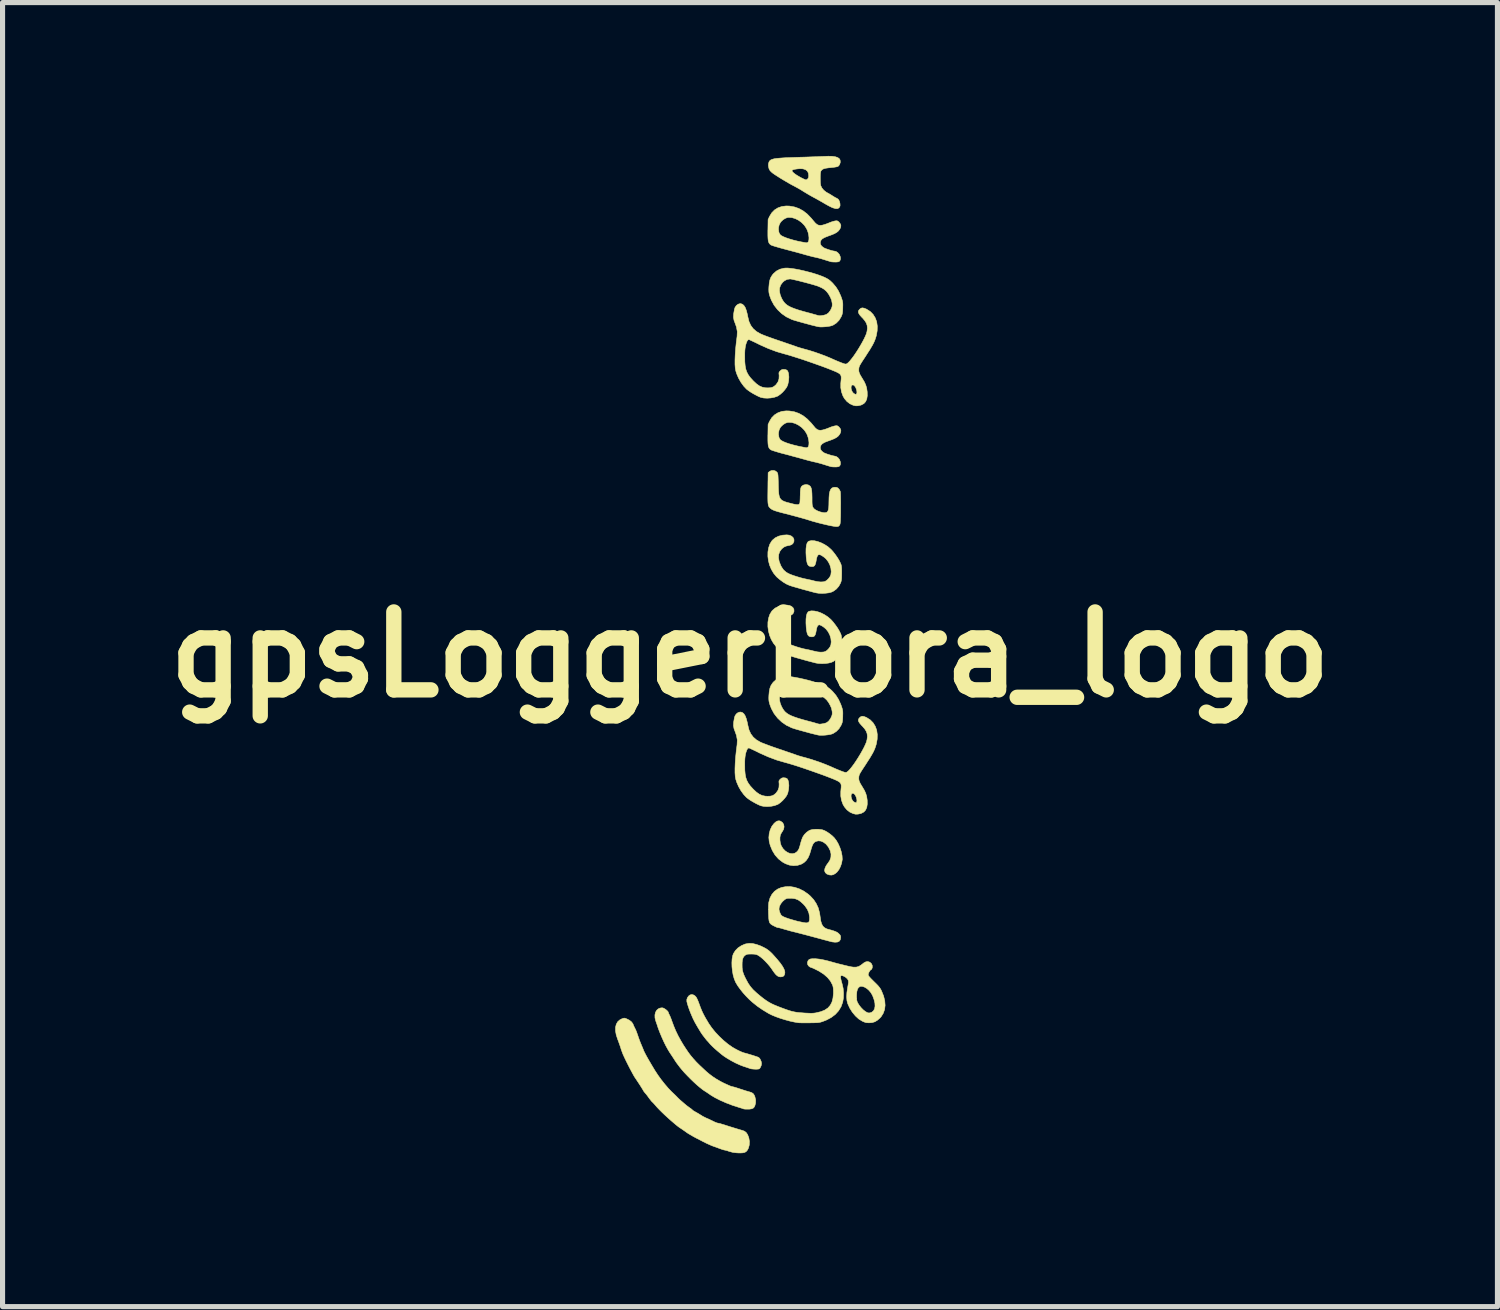
<source format=kicad_pcb>
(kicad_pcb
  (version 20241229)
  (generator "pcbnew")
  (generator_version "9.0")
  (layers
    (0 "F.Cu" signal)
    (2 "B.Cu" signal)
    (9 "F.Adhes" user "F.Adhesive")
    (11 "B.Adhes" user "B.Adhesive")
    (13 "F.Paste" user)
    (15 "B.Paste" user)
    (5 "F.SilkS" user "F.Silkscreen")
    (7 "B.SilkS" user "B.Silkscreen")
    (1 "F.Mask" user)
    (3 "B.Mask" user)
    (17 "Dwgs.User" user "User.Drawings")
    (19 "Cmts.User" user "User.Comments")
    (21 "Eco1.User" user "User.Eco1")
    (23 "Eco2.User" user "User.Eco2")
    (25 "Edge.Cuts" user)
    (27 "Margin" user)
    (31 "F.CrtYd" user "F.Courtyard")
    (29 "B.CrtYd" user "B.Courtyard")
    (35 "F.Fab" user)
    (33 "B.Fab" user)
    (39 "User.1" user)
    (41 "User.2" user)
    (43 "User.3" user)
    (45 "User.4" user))
  (footprint "gpsLoggerLora_logo"
    (layer "F.Cu")
    (at 11.619 9.753)
    (property "Reference" "gpsLoggerLora_logo" (at 0 0 0) (layer "F.SilkS") (effects (font (size 1.524 1.524) (thickness 0.3))))
    (attr through_hole)
    (fp_poly (pts (xy -1.113 6.653) (xy -1.088 6.665) (xy -1.068 6.682) (xy -1.05 6.704) (xy -1.033 6.737) (xy -1.014 6.781) (xy -0.992 6.839) (xy -0.97 6.9) (xy -0.948 6.954) (xy -0.926 7.003) (xy -0.9 7.054) (xy -0.87 7.109) (xy -0.832 7.173) (xy -0.807 7.215) (xy -0.75 7.298) (xy -0.681 7.383) (xy -0.602 7.467) (xy -0.517 7.547) (xy -0.43 7.619) (xy -0.346 7.678) (xy -0.339 7.682) (xy -0.289 7.711) (xy -0.236 7.739) (xy -0.185 7.763) (xy -0.142 7.781) (xy -0.113 7.79) (xy -0.081 7.798) (xy -0.04 7.81) (xy 0.006 7.824) (xy 0.054 7.838) (xy 0.099 7.853) (xy 0.136 7.865) (xy 0.162 7.875) (xy 0.169 7.879) (xy 0.189 7.897) (xy 0.206 7.928) (xy 0.22 7.963) (xy 0.225 7.998) (xy 0.225 7.998) (xy 0.219 8.036) (xy 0.202 8.074) (xy 0.19 8.093) (xy 0.178 8.102) (xy 0.16 8.106) (xy 0.13 8.108) (xy 0.104 8.108) (xy 0.064 8.106) (xy 0.027 8.102) (xy 0.001 8.096) (xy 0 8.095) (xy -0.023 8.087) (xy -0.058 8.075) (xy -0.1 8.061) (xy -0.126 8.053) (xy -0.201 8.024) (xy -0.284 7.986) (xy -0.369 7.941) (xy -0.45 7.893) (xy -0.505 7.857) (xy -0.546 7.827) (xy -0.592 7.789) (xy -0.642 7.747) (xy -0.69 7.705) (xy -0.734 7.664) (xy -0.77 7.628) (xy -0.793 7.602) (xy -0.812 7.579) (xy -0.827 7.562) (xy -0.831 7.559) (xy -0.843 7.546) (xy -0.861 7.524) (xy -0.871 7.512) (xy -0.89 7.487) (xy -0.906 7.466) (xy -0.911 7.46) (xy -0.93 7.435) (xy -0.956 7.397) (xy -0.985 7.35) (xy -1.017 7.297) (xy -1.049 7.242) (xy -1.079 7.189) (xy -1.103 7.141) (xy -1.111 7.126) (xy -1.137 7.067) (xy -1.164 7.003) (xy -1.189 6.938) (xy -1.21 6.877) (xy -1.226 6.824) (xy -1.236 6.784) (xy -1.236 6.744) (xy -1.223 6.708) (xy -1.201 6.677) (xy -1.173 6.656) (xy -1.14 6.648) (xy -1.113 6.653)) (stroke (width 0.01) (type solid)) (fill yes) (layer "F.SilkS"))
    (fp_poly (pts (xy 0.582 3.252) (xy 0.602 3.26) (xy 0.638 3.287) (xy 0.659 3.325) (xy 0.666 3.368) (xy 0.658 3.413) (xy 0.634 3.457) (xy 0.633 3.458) (xy 0.613 3.489) (xy 0.596 3.522) (xy 0.593 3.531) (xy 0.585 3.576) (xy 0.585 3.629) (xy 0.593 3.684) (xy 0.608 3.732) (xy 0.612 3.74) (xy 0.644 3.793) (xy 0.685 3.836) (xy 0.731 3.868) (xy 0.779 3.888) (xy 0.827 3.894) (xy 0.872 3.885) (xy 0.894 3.873) (xy 0.92 3.853) (xy 0.94 3.829) (xy 0.957 3.798) (xy 0.971 3.757) (xy 0.984 3.711) (xy 0.996 3.665) (xy 1.011 3.619) (xy 1.025 3.582) (xy 1.031 3.568) (xy 1.063 3.519) (xy 1.107 3.475) (xy 1.156 3.441) (xy 1.183 3.43) (xy 1.225 3.42) (xy 1.279 3.416) (xy 1.337 3.416) (xy 1.392 3.422) (xy 1.411 3.425) (xy 1.454 3.44) (xy 1.504 3.467) (xy 1.556 3.502) (xy 1.606 3.542) (xy 1.647 3.582) (xy 1.69 3.638) (xy 1.728 3.705) (xy 1.76 3.78) (xy 1.785 3.857) (xy 1.8 3.932) (xy 1.804 3.999) (xy 1.803 4.013) (xy 1.791 4.08) (xy 1.769 4.145) (xy 1.739 4.204) (xy 1.702 4.252) (xy 1.667 4.282) (xy 1.628 4.304) (xy 1.591 4.312) (xy 1.549 4.308) (xy 1.546 4.307) (xy 1.503 4.291) (xy 1.473 4.265) (xy 1.459 4.231) (xy 1.458 4.219) (xy 1.466 4.178) (xy 1.487 4.132) (xy 1.518 4.086) (xy 1.523 4.081) (xy 1.561 4.024) (xy 1.582 3.962) (xy 1.584 3.898) (xy 1.568 3.833) (xy 1.535 3.767) (xy 1.529 3.758) (xy 1.486 3.706) (xy 1.437 3.669) (xy 1.387 3.647) (xy 1.336 3.642) (xy 1.286 3.654) (xy 1.283 3.656) (xy 1.256 3.674) (xy 1.234 3.702) (xy 1.215 3.742) (xy 1.197 3.797) (xy 1.19 3.823) (xy 1.165 3.906) (xy 1.135 3.974) (xy 1.098 4.027) (xy 1.053 4.069) (xy 0.999 4.1) (xy 0.927 4.122) (xy 0.85 4.128) (xy 0.771 4.117) (xy 0.693 4.089) (xy 0.634 4.056) (xy 0.556 3.995) (xy 0.489 3.919) (xy 0.436 3.831) (xy 0.395 3.731) (xy 0.375 3.653) (xy 0.368 3.578) (xy 0.375 3.501) (xy 0.395 3.426) (xy 0.427 3.358) (xy 0.47 3.302) (xy 0.473 3.299) (xy 0.512 3.266) (xy 0.548 3.251) (xy 0.582 3.252)) (stroke (width 0.01) (type solid)) (fill yes) (layer "F.SilkS"))
    (fp_poly (pts (xy -1.707 6.909) (xy -1.691 6.915) (xy -1.667 6.928) (xy -1.64 6.947) (xy -1.617 6.968) (xy -1.602 6.986) (xy -1.599 6.994) (xy -1.595 7.008) (xy -1.585 7.031) (xy -1.579 7.042) (xy -1.566 7.069) (xy -1.551 7.106) (xy -1.535 7.147) (xy -1.533 7.154) (xy -1.493 7.262) (xy -1.453 7.358) (xy -1.409 7.449) (xy -1.36 7.539) (xy -1.303 7.635) (xy -1.255 7.709) (xy -1.209 7.777) (xy -1.161 7.841) (xy -1.11 7.902) (xy -1.053 7.965) (xy -0.987 8.031) (xy -0.909 8.104) (xy -0.861 8.149) (xy -0.797 8.203) (xy -0.728 8.255) (xy -0.661 8.299) (xy -0.643 8.309) (xy -0.613 8.327) (xy -0.585 8.343) (xy -0.574 8.349) (xy -0.548 8.363) (xy -0.514 8.38) (xy -0.475 8.398) (xy -0.435 8.416) (xy -0.399 8.432) (xy -0.371 8.443) (xy -0.355 8.448) (xy -0.354 8.448) (xy -0.339 8.451) (xy -0.311 8.458) (xy -0.274 8.469) (xy -0.252 8.476) (xy -0.182 8.499) (xy -0.126 8.517) (xy -0.083 8.531) (xy -0.049 8.541) (xy -0.021 8.549) (xy -0.01 8.552) (xy 0.032 8.566) (xy 0.062 8.586) (xy 0.082 8.615) (xy 0.094 8.642) (xy 0.11 8.707) (xy 0.109 8.769) (xy 0.097 8.816) (xy 0.082 8.849) (xy 0.062 8.87) (xy 0.032 8.883) (xy -0.009 8.889) (xy -0.045 8.89) (xy -0.08 8.89) (xy -0.107 8.888) (xy -0.122 8.886) (xy -0.123 8.886) (xy -0.133 8.882) (xy -0.158 8.873) (xy -0.192 8.863) (xy -0.221 8.854) (xy -0.348 8.813) (xy -0.468 8.767) (xy -0.58 8.718) (xy -0.681 8.667) (xy -0.766 8.616) (xy -0.79 8.599) (xy -0.825 8.575) (xy -0.861 8.551) (xy -0.889 8.533) (xy -0.89 8.533) (xy -0.932 8.504) (xy -0.983 8.463) (xy -1.041 8.414) (xy -1.103 8.357) (xy -1.166 8.296) (xy -1.228 8.233) (xy -1.286 8.172) (xy -1.337 8.113) (xy -1.373 8.069) (xy -1.403 8.029) (xy -1.426 7.999) (xy -1.446 7.971) (xy -1.466 7.941) (xy -1.491 7.902) (xy -1.517 7.862) (xy -1.545 7.82) (xy -1.568 7.785) (xy -1.572 7.78) (xy -1.606 7.723) (xy -1.645 7.653) (xy -1.684 7.574) (xy -1.722 7.49) (xy -1.758 7.405) (xy -1.789 7.325) (xy -1.801 7.291) (xy -1.815 7.247) (xy -1.831 7.201) (xy -1.844 7.164) (xy -1.859 7.104) (xy -1.86 7.047) (xy -1.849 6.997) (xy -1.826 6.956) (xy -1.791 6.926) (xy -1.763 6.914) (xy -1.732 6.908) (xy -1.707 6.909)) (stroke (width 0.01) (type solid)) (fill yes) (layer "F.SilkS"))
    (fp_poly (pts (xy 0.874 4.551) (xy 0.966 4.582) (xy 1.056 4.628) (xy 1.142 4.689) (xy 1.177 4.72) (xy 1.244 4.792) (xy 1.295 4.869) (xy 1.334 4.953) (xy 1.36 5.049) (xy 1.373 5.136) (xy 1.384 5.21) (xy 1.401 5.267) (xy 1.425 5.311) (xy 1.458 5.342) (xy 1.501 5.364) (xy 1.528 5.372) (xy 1.591 5.389) (xy 1.639 5.404) (xy 1.676 5.418) (xy 1.704 5.432) (xy 1.727 5.449) (xy 1.734 5.456) (xy 1.757 5.479) (xy 1.768 5.497) (xy 1.772 5.519) (xy 1.772 5.537) (xy 1.765 5.577) (xy 1.745 5.605) (xy 1.712 5.621) (xy 1.664 5.625) (xy 1.609 5.619) (xy 1.591 5.615) (xy 1.56 5.607) (xy 1.518 5.596) (xy 1.47 5.583) (xy 1.453 5.579) (xy 1.37 5.556) (xy 1.277 5.531) (xy 1.18 5.505) (xy 1.082 5.479) (xy 0.989 5.455) (xy 0.905 5.433) (xy 0.847 5.419) (xy 0.791 5.405) (xy 0.732 5.388) (xy 0.677 5.373) (xy 0.641 5.362) (xy 0.603 5.351) (xy 0.571 5.343) (xy 0.551 5.339) (xy 0.546 5.339) (xy 0.535 5.337) (xy 0.512 5.328) (xy 0.481 5.313) (xy 0.47 5.308) (xy 0.436 5.29) (xy 0.41 5.273) (xy 0.392 5.255) (xy 0.379 5.232) (xy 0.371 5.2) (xy 0.366 5.158) (xy 0.363 5.102) (xy 0.361 5.06) (xy 0.36 4.984) (xy 0.567 4.984) (xy 0.574 5.017) (xy 0.585 5.048) (xy 0.599 5.08) (xy 0.613 5.1) (xy 0.633 5.115) (xy 0.659 5.129) (xy 0.698 5.145) (xy 0.748 5.163) (xy 0.807 5.181) (xy 0.87 5.199) (xy 0.933 5.216) (xy 0.993 5.229) (xy 1.046 5.24) (xy 1.088 5.246) (xy 1.11 5.246) (xy 1.137 5.24) (xy 1.154 5.223) (xy 1.155 5.221) (xy 1.163 5.192) (xy 1.164 5.147) (xy 1.164 5.131) (xy 1.151 5.054) (xy 1.122 4.983) (xy 1.075 4.915) (xy 1.04 4.877) (xy 0.986 4.828) (xy 0.934 4.794) (xy 0.88 4.774) (xy 0.819 4.766) (xy 0.793 4.765) (xy 0.754 4.765) (xy 0.727 4.768) (xy 0.706 4.775) (xy 0.685 4.787) (xy 0.676 4.793) (xy 0.636 4.829) (xy 0.601 4.873) (xy 0.577 4.92) (xy 0.569 4.952) (xy 0.567 4.984) (xy 0.36 4.984) (xy 0.36 4.977) (xy 0.361 4.91) (xy 0.365 4.859) (xy 0.367 4.845) (xy 0.39 4.761) (xy 0.428 4.689) (xy 0.478 4.63) (xy 0.541 4.585) (xy 0.615 4.554) (xy 0.699 4.538) (xy 0.782 4.536) (xy 0.874 4.551)) (stroke (width 0.01) (type solid)) (fill yes) (layer "F.SilkS"))
    (fp_poly (pts (xy 0.743 -7.56) (xy 0.808 -7.553) (xy 0.884 -7.542) (xy 0.967 -7.526) (xy 1.056 -7.506) (xy 1.146 -7.483) (xy 1.234 -7.459) (xy 1.317 -7.433) (xy 1.392 -7.406) (xy 1.455 -7.38) (xy 1.458 -7.379) (xy 1.503 -7.356) (xy 1.538 -7.335) (xy 1.57 -7.31) (xy 1.605 -7.277) (xy 1.618 -7.264) (xy 1.68 -7.191) (xy 1.731 -7.11) (xy 1.774 -7.017) (xy 1.792 -6.966) (xy 1.803 -6.932) (xy 1.81 -6.903) (xy 1.814 -6.874) (xy 1.815 -6.84) (xy 1.814 -6.794) (xy 1.814 -6.778) (xy 1.812 -6.728) (xy 1.809 -6.692) (xy 1.804 -6.664) (xy 1.796 -6.639) (xy 1.785 -6.613) (xy 1.78 -6.603) (xy 1.74 -6.538) (xy 1.688 -6.485) (xy 1.628 -6.446) (xy 1.605 -6.436) (xy 1.57 -6.426) (xy 1.522 -6.418) (xy 1.469 -6.412) (xy 1.416 -6.409) (xy 1.369 -6.409) (xy 1.336 -6.413) (xy 1.296 -6.422) (xy 1.244 -6.435) (xy 1.183 -6.45) (xy 1.118 -6.468) (xy 1.051 -6.486) (xy 0.986 -6.504) (xy 0.926 -6.521) (xy 0.874 -6.536) (xy 0.835 -6.548) (xy 0.814 -6.556) (xy 0.712 -6.605) (xy 0.62 -6.669) (xy 0.539 -6.746) (xy 0.47 -6.835) (xy 0.417 -6.933) (xy 0.389 -7.007) (xy 0.378 -7.044) (xy 0.371 -7.075) (xy 0.368 -7.105) (xy 0.368 -7.109) (xy 0.575 -7.109) (xy 0.59 -7.039) (xy 0.614 -6.977) (xy 0.636 -6.935) (xy 0.66 -6.899) (xy 0.687 -6.868) (xy 0.721 -6.839) (xy 0.762 -6.813) (xy 0.812 -6.789) (xy 0.874 -6.765) (xy 0.948 -6.74) (xy 1.037 -6.714) (xy 1.143 -6.685) (xy 1.148 -6.684) (xy 1.201 -6.67) (xy 1.249 -6.656) (xy 1.289 -6.645) (xy 1.316 -6.637) (xy 1.326 -6.634) (xy 1.354 -6.628) (xy 1.373 -6.628) (xy 1.398 -6.631) (xy 1.429 -6.636) (xy 1.439 -6.637) (xy 1.491 -6.652) (xy 1.534 -6.682) (xy 1.57 -6.729) (xy 1.582 -6.751) (xy 1.598 -6.786) (xy 1.606 -6.813) (xy 1.608 -6.84) (xy 1.607 -6.87) (xy 1.595 -6.933) (xy 1.571 -6.99) (xy 1.535 -7.054) (xy 1.496 -7.104) (xy 1.45 -7.145) (xy 1.394 -7.178) (xy 1.324 -7.208) (xy 1.289 -7.219) (xy 1.247 -7.232) (xy 1.195 -7.247) (xy 1.136 -7.263) (xy 1.073 -7.28) (xy 1.009 -7.296) (xy 0.948 -7.312) (xy 0.892 -7.325) (xy 0.844 -7.336) (xy 0.807 -7.344) (xy 0.785 -7.347) (xy 0.783 -7.347) (xy 0.726 -7.339) (xy 0.675 -7.313) (xy 0.639 -7.282) (xy 0.6 -7.23) (xy 0.579 -7.172) (xy 0.575 -7.109) (xy 0.368 -7.109) (xy 0.367 -7.142) (xy 0.369 -7.19) (xy 0.376 -7.266) (xy 0.388 -7.327) (xy 0.407 -7.378) (xy 0.436 -7.424) (xy 0.457 -7.45) (xy 0.516 -7.502) (xy 0.585 -7.538) (xy 0.663 -7.557) (xy 0.693 -7.56) (xy 0.743 -7.56)) (stroke (width 0.01) (type solid)) (fill yes) (layer "F.SilkS"))
    (fp_poly (pts (xy 0.743 0.427) (xy 0.808 0.433) (xy 0.884 0.445) (xy 0.967 0.461) (xy 1.056 0.481) (xy 1.146 0.503) (xy 1.234 0.528) (xy 1.317 0.554) (xy 1.392 0.581) (xy 1.455 0.607) (xy 1.458 0.608) (xy 1.503 0.631) (xy 1.538 0.652) (xy 1.57 0.677) (xy 1.605 0.71) (xy 1.618 0.723) (xy 1.68 0.796) (xy 1.731 0.877) (xy 1.774 0.97) (xy 1.792 1.021) (xy 1.803 1.055) (xy 1.81 1.084) (xy 1.814 1.112) (xy 1.815 1.147) (xy 1.814 1.193) (xy 1.814 1.209) (xy 1.812 1.259) (xy 1.809 1.295) (xy 1.804 1.323) (xy 1.796 1.348) (xy 1.785 1.374) (xy 1.78 1.384) (xy 1.74 1.449) (xy 1.688 1.502) (xy 1.628 1.541) (xy 1.605 1.551) (xy 1.57 1.561) (xy 1.522 1.569) (xy 1.469 1.575) (xy 1.416 1.578) (xy 1.369 1.578) (xy 1.336 1.574) (xy 1.296 1.565) (xy 1.244 1.552) (xy 1.183 1.537) (xy 1.118 1.519) (xy 1.051 1.501) (xy 0.986 1.483) (xy 0.926 1.466) (xy 0.874 1.451) (xy 0.835 1.438) (xy 0.814 1.431) (xy 0.712 1.382) (xy 0.62 1.318) (xy 0.539 1.241) (xy 0.47 1.152) (xy 0.417 1.054) (xy 0.389 0.98) (xy 0.378 0.943) (xy 0.371 0.912) (xy 0.368 0.882) (xy 0.368 0.878) (xy 0.575 0.878) (xy 0.59 0.948) (xy 0.614 1.01) (xy 0.636 1.051) (xy 0.66 1.088) (xy 0.687 1.119) (xy 0.721 1.148) (xy 0.762 1.174) (xy 0.812 1.198) (xy 0.874 1.222) (xy 0.948 1.247) (xy 1.037 1.273) (xy 1.143 1.302) (xy 1.148 1.303) (xy 1.201 1.317) (xy 1.249 1.33) (xy 1.289 1.342) (xy 1.316 1.35) (xy 1.326 1.353) (xy 1.354 1.359) (xy 1.373 1.359) (xy 1.398 1.356) (xy 1.429 1.351) (xy 1.439 1.35) (xy 1.491 1.335) (xy 1.534 1.305) (xy 1.57 1.258) (xy 1.582 1.236) (xy 1.598 1.201) (xy 1.606 1.174) (xy 1.608 1.146) (xy 1.607 1.117) (xy 1.595 1.054) (xy 1.571 0.997) (xy 1.535 0.933) (xy 1.496 0.883) (xy 1.45 0.842) (xy 1.394 0.808) (xy 1.324 0.779) (xy 1.289 0.767) (xy 1.247 0.754) (xy 1.195 0.74) (xy 1.136 0.723) (xy 1.073 0.707) (xy 1.009 0.69) (xy 0.948 0.675) (xy 0.892 0.662) (xy 0.844 0.651) (xy 0.807 0.643) (xy 0.785 0.64) (xy 0.783 0.64) (xy 0.726 0.648) (xy 0.675 0.674) (xy 0.639 0.705) (xy 0.6 0.757) (xy 0.579 0.815) (xy 0.575 0.878) (xy 0.368 0.878) (xy 0.367 0.845) (xy 0.369 0.797) (xy 0.376 0.721) (xy 0.388 0.66) (xy 0.407 0.609) (xy 0.436 0.563) (xy 0.457 0.537) (xy 0.516 0.485) (xy 0.585 0.449) (xy 0.663 0.429) (xy 0.693 0.426) (xy 0.743 0.427)) (stroke (width 0.01) (type solid)) (fill yes) (layer "F.SilkS"))
    (fp_poly (pts (xy 1.607 -9.746) (xy 1.669 -9.737) (xy 1.714 -9.722) (xy 1.745 -9.701) (xy 1.762 -9.672) (xy 1.765 -9.636) (xy 1.764 -9.623) (xy 1.754 -9.592) (xy 1.739 -9.566) (xy 1.736 -9.562) (xy 1.727 -9.554) (xy 1.718 -9.548) (xy 1.705 -9.543) (xy 1.686 -9.539) (xy 1.658 -9.534) (xy 1.617 -9.529) (xy 1.562 -9.523) (xy 1.538 -9.521) (xy 1.483 -9.513) (xy 1.443 -9.503) (xy 1.415 -9.489) (xy 1.395 -9.47) (xy 1.385 -9.454) (xy 1.38 -9.433) (xy 1.376 -9.399) (xy 1.374 -9.355) (xy 1.374 -9.307) (xy 1.375 -9.259) (xy 1.377 -9.216) (xy 1.382 -9.182) (xy 1.384 -9.171) (xy 1.406 -9.126) (xy 1.442 -9.083) (xy 1.487 -9.047) (xy 1.509 -9.034) (xy 1.544 -9.015) (xy 1.584 -8.991) (xy 1.609 -8.975) (xy 1.641 -8.955) (xy 1.672 -8.937) (xy 1.691 -8.928) (xy 1.716 -8.913) (xy 1.735 -8.894) (xy 1.751 -8.859) (xy 1.76 -8.818) (xy 1.761 -8.78) (xy 1.757 -8.767) (xy 1.74 -8.738) (xy 1.712 -8.723) (xy 1.674 -8.723) (xy 1.624 -8.737) (xy 1.608 -8.743) (xy 1.579 -8.757) (xy 1.539 -8.777) (xy 1.494 -8.802) (xy 1.452 -8.826) (xy 1.399 -8.857) (xy 1.339 -8.891) (xy 1.28 -8.924) (xy 1.246 -8.942) (xy 1.193 -8.971) (xy 1.134 -9.005) (xy 1.076 -9.04) (xy 1.041 -9.061) (xy 0.994 -9.091) (xy 0.942 -9.121) (xy 0.894 -9.147) (xy 0.863 -9.164) (xy 0.817 -9.188) (xy 0.763 -9.218) (xy 0.705 -9.252) (xy 0.644 -9.288) (xy 0.585 -9.324) (xy 0.53 -9.359) (xy 0.482 -9.39) (xy 0.445 -9.416) (xy 0.425 -9.432) (xy 0.395 -9.462) (xy 0.39 -9.469) (xy 0.821 -9.469) (xy 0.824 -9.452) (xy 0.843 -9.43) (xy 0.877 -9.402) (xy 0.907 -9.381) (xy 0.945 -9.358) (xy 0.985 -9.335) (xy 1.025 -9.314) (xy 1.06 -9.298) (xy 1.086 -9.287) (xy 1.096 -9.285) (xy 1.11 -9.291) (xy 1.127 -9.304) (xy 1.142 -9.325) (xy 1.147 -9.354) (xy 1.148 -9.366) (xy 1.141 -9.418) (xy 1.12 -9.458) (xy 1.085 -9.485) (xy 1.036 -9.501) (xy 0.973 -9.504) (xy 0.918 -9.499) (xy 0.867 -9.491) (xy 0.835 -9.481) (xy 0.821 -9.469) (xy 0.39 -9.469) (xy 0.376 -9.491) (xy 0.368 -9.515) (xy 0.359 -9.561) (xy 0.36 -9.598) (xy 0.37 -9.632) (xy 0.372 -9.638) (xy 0.382 -9.654) (xy 0.395 -9.667) (xy 0.413 -9.679) (xy 0.438 -9.688) (xy 0.47 -9.697) (xy 0.513 -9.704) (xy 0.566 -9.709) (xy 0.631 -9.714) (xy 0.711 -9.719) (xy 0.805 -9.722) (xy 0.916 -9.726) (xy 0.974 -9.728) (xy 1.059 -9.73) (xy 1.143 -9.733) (xy 1.222 -9.736) (xy 1.294 -9.738) (xy 1.356 -9.741) (xy 1.404 -9.743) (xy 1.435 -9.744) (xy 1.53 -9.748) (xy 1.607 -9.746)) (stroke (width 0.01) (type solid)) (fill yes) (layer "F.SilkS"))
    (fp_poly (pts (xy 0.492 -3.594) (xy 0.524 -3.571) (xy 0.533 -3.56) (xy 0.539 -3.548) (xy 0.543 -3.532) (xy 0.547 -3.508) (xy 0.549 -3.473) (xy 0.551 -3.425) (xy 0.553 -3.362) (xy 0.553 -3.36) (xy 0.555 -3.271) (xy 0.558 -3.198) (xy 0.563 -3.14) (xy 0.572 -3.095) (xy 0.586 -3.06) (xy 0.607 -3.033) (xy 0.634 -3.012) (xy 0.671 -2.995) (xy 0.717 -2.979) (xy 0.775 -2.964) (xy 0.793 -2.959) (xy 0.853 -2.944) (xy 0.898 -2.936) (xy 0.931 -2.933) (xy 0.952 -2.937) (xy 0.966 -2.947) (xy 0.973 -2.962) (xy 0.976 -2.978) (xy 0.978 -3.009) (xy 0.98 -3.051) (xy 0.981 -3.099) (xy 0.982 -3.117) (xy 0.983 -3.179) (xy 0.987 -3.226) (xy 0.993 -3.259) (xy 1.003 -3.283) (xy 1.019 -3.3) (xy 1.04 -3.313) (xy 1.051 -3.318) (xy 1.096 -3.327) (xy 1.139 -3.319) (xy 1.171 -3.299) (xy 1.187 -3.279) (xy 1.199 -3.248) (xy 1.207 -3.205) (xy 1.211 -3.147) (xy 1.213 -3.073) (xy 1.213 -3.043) (xy 1.213 -2.985) (xy 1.215 -2.941) (xy 1.22 -2.909) (xy 1.228 -2.886) (xy 1.241 -2.866) (xy 1.258 -2.848) (xy 1.287 -2.828) (xy 1.327 -2.808) (xy 1.374 -2.791) (xy 1.419 -2.78) (xy 1.454 -2.775) (xy 1.483 -2.778) (xy 1.505 -2.786) (xy 1.521 -2.804) (xy 1.532 -2.832) (xy 1.539 -2.872) (xy 1.542 -2.928) (xy 1.543 -2.986) (xy 1.545 -3.071) (xy 1.55 -3.139) (xy 1.561 -3.191) (xy 1.576 -3.229) (xy 1.598 -3.255) (xy 1.625 -3.269) (xy 1.66 -3.274) (xy 1.66 -3.274) (xy 1.692 -3.271) (xy 1.715 -3.261) (xy 1.731 -3.247) (xy 1.751 -3.221) (xy 1.765 -3.192) (xy 1.766 -3.188) (xy 1.768 -3.171) (xy 1.77 -3.138) (xy 1.771 -3.091) (xy 1.772 -3.032) (xy 1.773 -2.966) (xy 1.772 -2.894) (xy 1.772 -2.863) (xy 1.772 -2.778) (xy 1.771 -2.71) (xy 1.769 -2.657) (xy 1.768 -2.616) (xy 1.765 -2.586) (xy 1.763 -2.565) (xy 1.759 -2.55) (xy 1.756 -2.542) (xy 1.746 -2.526) (xy 1.735 -2.514) (xy 1.719 -2.507) (xy 1.698 -2.504) (xy 1.668 -2.506) (xy 1.627 -2.512) (xy 1.573 -2.522) (xy 1.503 -2.537) (xy 1.487 -2.541) (xy 1.423 -2.556) (xy 1.353 -2.573) (xy 1.287 -2.591) (xy 1.228 -2.607) (xy 1.205 -2.614) (xy 1.086 -2.651) (xy 0.962 -2.686) (xy 0.829 -2.722) (xy 0.682 -2.76) (xy 0.677 -2.761) (xy 0.6 -2.781) (xy 0.539 -2.798) (xy 0.491 -2.813) (xy 0.455 -2.827) (xy 0.426 -2.841) (xy 0.405 -2.856) (xy 0.393 -2.867) (xy 0.382 -2.878) (xy 0.373 -2.889) (xy 0.365 -2.902) (xy 0.359 -2.919) (xy 0.355 -2.941) (xy 0.351 -2.97) (xy 0.349 -3.008) (xy 0.348 -3.056) (xy 0.348 -3.116) (xy 0.349 -3.189) (xy 0.35 -3.277) (xy 0.351 -3.382) (xy 0.352 -3.409) (xy 0.354 -3.559) (xy 0.38 -3.581) (xy 0.414 -3.599) (xy 0.454 -3.603) (xy 0.492 -3.594)) (stroke (width 0.01) (type solid)) (fill yes) (layer "F.SilkS"))
    (fp_poly (pts (xy 0.769 -2.336) (xy 0.81 -2.318) (xy 0.841 -2.291) (xy 0.858 -2.258) (xy 0.86 -2.22) (xy 0.856 -2.207) (xy 0.84 -2.174) (xy 0.814 -2.151) (xy 0.776 -2.137) (xy 0.756 -2.134) (xy 0.705 -2.122) (xy 0.665 -2.104) (xy 0.628 -2.075) (xy 0.62 -2.068) (xy 0.582 -2.017) (xy 0.561 -1.959) (xy 0.557 -1.894) (xy 0.57 -1.822) (xy 0.601 -1.743) (xy 0.618 -1.711) (xy 0.657 -1.655) (xy 0.708 -1.611) (xy 0.751 -1.586) (xy 0.794 -1.567) (xy 0.852 -1.546) (xy 0.917 -1.525) (xy 0.984 -1.505) (xy 1.049 -1.488) (xy 1.096 -1.478) (xy 1.146 -1.467) (xy 1.199 -1.456) (xy 1.246 -1.444) (xy 1.26 -1.44) (xy 1.323 -1.427) (xy 1.383 -1.421) (xy 1.436 -1.424) (xy 1.47 -1.433) (xy 1.504 -1.455) (xy 1.538 -1.489) (xy 1.566 -1.528) (xy 1.581 -1.563) (xy 1.588 -1.624) (xy 1.581 -1.689) (xy 1.561 -1.756) (xy 1.529 -1.818) (xy 1.487 -1.872) (xy 1.483 -1.876) (xy 1.451 -1.904) (xy 1.415 -1.929) (xy 1.382 -1.948) (xy 1.356 -1.956) (xy 1.352 -1.957) (xy 1.331 -1.948) (xy 1.314 -1.922) (xy 1.301 -1.881) (xy 1.298 -1.862) (xy 1.288 -1.807) (xy 1.277 -1.768) (xy 1.264 -1.742) (xy 1.247 -1.728) (xy 1.223 -1.722) (xy 1.208 -1.722) (xy 1.175 -1.725) (xy 1.15 -1.736) (xy 1.131 -1.758) (xy 1.117 -1.791) (xy 1.107 -1.839) (xy 1.099 -1.903) (xy 1.094 -1.992) (xy 1.095 -2.069) (xy 1.102 -2.131) (xy 1.115 -2.178) (xy 1.135 -2.209) (xy 1.153 -2.22) (xy 1.201 -2.23) (xy 1.259 -2.227) (xy 1.324 -2.212) (xy 1.391 -2.187) (xy 1.458 -2.153) (xy 1.522 -2.112) (xy 1.578 -2.063) (xy 1.581 -2.061) (xy 1.625 -2.012) (xy 1.67 -1.954) (xy 1.713 -1.892) (xy 1.748 -1.833) (xy 1.772 -1.783) (xy 1.781 -1.76) (xy 1.786 -1.738) (xy 1.79 -1.712) (xy 1.792 -1.679) (xy 1.793 -1.635) (xy 1.793 -1.592) (xy 1.792 -1.536) (xy 1.791 -1.494) (xy 1.788 -1.463) (xy 1.783 -1.438) (xy 1.776 -1.414) (xy 1.769 -1.397) (xy 1.736 -1.337) (xy 1.689 -1.283) (xy 1.633 -1.242) (xy 1.594 -1.223) (xy 1.542 -1.209) (xy 1.479 -1.201) (xy 1.411 -1.197) (xy 1.344 -1.2) (xy 1.291 -1.208) (xy 1.254 -1.217) (xy 1.205 -1.23) (xy 1.147 -1.246) (xy 1.083 -1.263) (xy 1.017 -1.281) (xy 0.952 -1.3) (xy 0.892 -1.317) (xy 0.839 -1.332) (xy 0.798 -1.345) (xy 0.771 -1.354) (xy 0.769 -1.355) (xy 0.711 -1.381) (xy 0.648 -1.419) (xy 0.586 -1.465) (xy 0.529 -1.513) (xy 0.514 -1.528) (xy 0.46 -1.594) (xy 0.416 -1.669) (xy 0.382 -1.751) (xy 0.36 -1.836) (xy 0.349 -1.922) (xy 0.35 -2.007) (xy 0.363 -2.087) (xy 0.387 -2.16) (xy 0.425 -2.222) (xy 0.439 -2.239) (xy 0.491 -2.283) (xy 0.557 -2.316) (xy 0.634 -2.336) (xy 0.719 -2.342) (xy 0.769 -2.336)) (stroke (width 0.01) (type solid)) (fill yes) (layer "F.SilkS"))
    (fp_poly (pts (xy 0.769 -0.962) (xy 0.81 -0.945) (xy 0.841 -0.918) (xy 0.858 -0.885) (xy 0.86 -0.847) (xy 0.856 -0.834) (xy 0.84 -0.8) (xy 0.814 -0.778) (xy 0.776 -0.764) (xy 0.756 -0.76) (xy 0.705 -0.749) (xy 0.665 -0.731) (xy 0.628 -0.702) (xy 0.62 -0.694) (xy 0.582 -0.643) (xy 0.561 -0.585) (xy 0.557 -0.52) (xy 0.57 -0.448) (xy 0.601 -0.369) (xy 0.618 -0.338) (xy 0.657 -0.282) (xy 0.708 -0.237) (xy 0.751 -0.213) (xy 0.794 -0.194) (xy 0.852 -0.173) (xy 0.917 -0.151) (xy 0.984 -0.131) (xy 1.049 -0.114) (xy 1.096 -0.104) (xy 1.146 -0.094) (xy 1.199 -0.082) (xy 1.246 -0.07) (xy 1.26 -0.067) (xy 1.323 -0.053) (xy 1.383 -0.048) (xy 1.436 -0.051) (xy 1.47 -0.06) (xy 1.504 -0.081) (xy 1.538 -0.115) (xy 1.566 -0.154) (xy 1.581 -0.19) (xy 1.588 -0.25) (xy 1.581 -0.316) (xy 1.561 -0.382) (xy 1.529 -0.445) (xy 1.487 -0.499) (xy 1.483 -0.502) (xy 1.451 -0.531) (xy 1.415 -0.556) (xy 1.382 -0.574) (xy 1.356 -0.583) (xy 1.352 -0.583) (xy 1.331 -0.574) (xy 1.314 -0.548) (xy 1.301 -0.507) (xy 1.298 -0.488) (xy 1.288 -0.433) (xy 1.277 -0.394) (xy 1.264 -0.369) (xy 1.247 -0.355) (xy 1.223 -0.349) (xy 1.208 -0.348) (xy 1.175 -0.351) (xy 1.15 -0.363) (xy 1.131 -0.384) (xy 1.117 -0.418) (xy 1.107 -0.466) (xy 1.099 -0.529) (xy 1.094 -0.619) (xy 1.095 -0.695) (xy 1.102 -0.757) (xy 1.115 -0.804) (xy 1.135 -0.835) (xy 1.153 -0.847) (xy 1.201 -0.856) (xy 1.259 -0.853) (xy 1.324 -0.839) (xy 1.391 -0.814) (xy 1.458 -0.78) (xy 1.522 -0.738) (xy 1.578 -0.69) (xy 1.581 -0.687) (xy 1.625 -0.638) (xy 1.67 -0.58) (xy 1.713 -0.519) (xy 1.748 -0.459) (xy 1.772 -0.41) (xy 1.781 -0.387) (xy 1.786 -0.364) (xy 1.79 -0.339) (xy 1.792 -0.306) (xy 1.793 -0.261) (xy 1.793 -0.218) (xy 1.792 -0.162) (xy 1.791 -0.121) (xy 1.788 -0.089) (xy 1.783 -0.064) (xy 1.776 -0.041) (xy 1.769 -0.024) (xy 1.736 0.037) (xy 1.689 0.09) (xy 1.633 0.132) (xy 1.594 0.15) (xy 1.542 0.164) (xy 1.479 0.173) (xy 1.411 0.176) (xy 1.344 0.173) (xy 1.291 0.165) (xy 1.254 0.156) (xy 1.205 0.143) (xy 1.147 0.128) (xy 1.083 0.111) (xy 1.017 0.092) (xy 0.952 0.074) (xy 0.892 0.057) (xy 0.839 0.041) (xy 0.798 0.028) (xy 0.771 0.019) (xy 0.769 0.019) (xy 0.711 -0.008) (xy 0.648 -0.046) (xy 0.586 -0.091) (xy 0.529 -0.14) (xy 0.514 -0.154) (xy 0.46 -0.22) (xy 0.416 -0.295) (xy 0.382 -0.377) (xy 0.36 -0.463) (xy 0.349 -0.549) (xy 0.35 -0.634) (xy 0.363 -0.714) (xy 0.387 -0.786) (xy 0.425 -0.849) (xy 0.439 -0.865) (xy 0.491 -0.91) (xy 0.557 -0.942) (xy 0.634 -0.962) (xy 0.719 -0.969) (xy 0.769 -0.962)) (stroke (width 0.01) (type solid)) (fill yes) (layer "F.SilkS"))
    (fp_poly (pts (xy 0.771 -8.773) (xy 0.867 -8.756) (xy 0.956 -8.725) (xy 1.039 -8.679) (xy 1.119 -8.617) (xy 1.196 -8.537) (xy 1.24 -8.484) (xy 1.277 -8.441) (xy 1.31 -8.413) (xy 1.343 -8.398) (xy 1.379 -8.395) (xy 1.416 -8.4) (xy 1.452 -8.41) (xy 1.497 -8.425) (xy 1.541 -8.442) (xy 1.547 -8.445) (xy 1.588 -8.461) (xy 1.629 -8.474) (xy 1.662 -8.482) (xy 1.667 -8.483) (xy 1.695 -8.485) (xy 1.713 -8.481) (xy 1.731 -8.468) (xy 1.745 -8.453) (xy 1.77 -8.419) (xy 1.777 -8.386) (xy 1.769 -8.348) (xy 1.755 -8.321) (xy 1.73 -8.287) (xy 1.695 -8.258) (xy 1.649 -8.232) (xy 1.587 -8.207) (xy 1.579 -8.204) (xy 1.537 -8.189) (xy 1.496 -8.173) (xy 1.463 -8.16) (xy 1.456 -8.157) (xy 1.412 -8.131) (xy 1.384 -8.098) (xy 1.373 -8.061) (xy 1.378 -8.024) (xy 1.401 -7.989) (xy 1.44 -7.959) (xy 1.447 -7.955) (xy 1.473 -7.943) (xy 1.51 -7.93) (xy 1.551 -7.916) (xy 1.59 -7.904) (xy 1.623 -7.896) (xy 1.644 -7.893) (xy 1.683 -7.884) (xy 1.718 -7.86) (xy 1.747 -7.826) (xy 1.764 -7.785) (xy 1.769 -7.754) (xy 1.765 -7.719) (xy 1.751 -7.695) (xy 1.726 -7.682) (xy 1.686 -7.678) (xy 1.667 -7.678) (xy 1.632 -7.679) (xy 1.602 -7.681) (xy 1.585 -7.683) (xy 1.569 -7.688) (xy 1.54 -7.697) (xy 1.5 -7.709) (xy 1.456 -7.723) (xy 1.453 -7.724) (xy 1.401 -7.74) (xy 1.347 -7.755) (xy 1.297 -7.767) (xy 1.265 -7.774) (xy 1.225 -7.783) (xy 1.174 -7.796) (xy 1.119 -7.811) (xy 1.077 -7.822) (xy 1.037 -7.834) (xy 0.983 -7.849) (xy 0.918 -7.867) (xy 0.846 -7.886) (xy 0.771 -7.906) (xy 0.699 -7.925) (xy 0.617 -7.947) (xy 0.547 -7.967) (xy 0.488 -7.984) (xy 0.444 -7.998) (xy 0.415 -8.009) (xy 0.406 -8.014) (xy 0.387 -8.03) (xy 0.373 -8.048) (xy 0.362 -8.072) (xy 0.355 -8.103) (xy 0.351 -8.145) (xy 0.349 -8.199) (xy 0.349 -8.268) (xy 0.349 -8.296) (xy 0.557 -8.296) (xy 0.569 -8.248) (xy 0.589 -8.214) (xy 0.613 -8.194) (xy 0.654 -8.173) (xy 0.708 -8.151) (xy 0.774 -8.129) (xy 0.849 -8.107) (xy 0.93 -8.087) (xy 1.003 -8.072) (xy 1.049 -8.064) (xy 1.079 -8.058) (xy 1.099 -8.055) (xy 1.111 -8.055) (xy 1.118 -8.056) (xy 1.125 -8.06) (xy 1.129 -8.062) (xy 1.144 -8.08) (xy 1.151 -8.112) (xy 1.153 -8.153) (xy 1.148 -8.201) (xy 1.137 -8.252) (xy 1.12 -8.301) (xy 1.103 -8.337) (xy 1.062 -8.398) (xy 1.01 -8.451) (xy 0.95 -8.495) (xy 0.886 -8.527) (xy 0.82 -8.547) (xy 0.756 -8.551) (xy 0.731 -8.548) (xy 0.689 -8.532) (xy 0.646 -8.505) (xy 0.608 -8.469) (xy 0.592 -8.448) (xy 0.569 -8.401) (xy 0.558 -8.349) (xy 0.557 -8.296) (xy 0.349 -8.296) (xy 0.35 -8.313) (xy 0.353 -8.509) (xy 0.382 -8.572) (xy 0.425 -8.641) (xy 0.48 -8.697) (xy 0.546 -8.738) (xy 0.621 -8.764) (xy 0.706 -8.775) (xy 0.771 -8.773)) (stroke (width 0.01) (type solid)) (fill yes) (layer "F.SilkS"))
    (fp_poly (pts (xy 0.771 -4.765) (xy 0.867 -4.749) (xy 0.956 -4.718) (xy 1.039 -4.672) (xy 1.119 -4.609) (xy 1.196 -4.53) (xy 1.24 -4.477) (xy 1.277 -4.433) (xy 1.31 -4.405) (xy 1.343 -4.391) (xy 1.379 -4.387) (xy 1.416 -4.393) (xy 1.452 -4.402) (xy 1.497 -4.417) (xy 1.541 -4.434) (xy 1.547 -4.437) (xy 1.588 -4.453) (xy 1.629 -4.466) (xy 1.662 -4.474) (xy 1.667 -4.475) (xy 1.695 -4.477) (xy 1.713 -4.473) (xy 1.731 -4.46) (xy 1.745 -4.446) (xy 1.77 -4.412) (xy 1.777 -4.378) (xy 1.769 -4.34) (xy 1.755 -4.313) (xy 1.73 -4.279) (xy 1.695 -4.25) (xy 1.649 -4.224) (xy 1.587 -4.199) (xy 1.579 -4.196) (xy 1.537 -4.181) (xy 1.496 -4.166) (xy 1.463 -4.153) (xy 1.456 -4.15) (xy 1.412 -4.123) (xy 1.384 -4.09) (xy 1.373 -4.054) (xy 1.378 -4.017) (xy 1.401 -3.982) (xy 1.44 -3.951) (xy 1.447 -3.947) (xy 1.473 -3.936) (xy 1.51 -3.922) (xy 1.551 -3.909) (xy 1.59 -3.897) (xy 1.623 -3.889) (xy 1.644 -3.885) (xy 1.683 -3.876) (xy 1.718 -3.853) (xy 1.747 -3.819) (xy 1.764 -3.778) (xy 1.769 -3.747) (xy 1.765 -3.711) (xy 1.751 -3.688) (xy 1.726 -3.675) (xy 1.686 -3.67) (xy 1.667 -3.67) (xy 1.632 -3.671) (xy 1.602 -3.673) (xy 1.585 -3.676) (xy 1.569 -3.68) (xy 1.54 -3.689) (xy 1.5 -3.701) (xy 1.456 -3.715) (xy 1.453 -3.716) (xy 1.401 -3.732) (xy 1.347 -3.747) (xy 1.297 -3.76) (xy 1.265 -3.767) (xy 1.225 -3.776) (xy 1.174 -3.789) (xy 1.119 -3.803) (xy 1.077 -3.815) (xy 1.037 -3.826) (xy 0.983 -3.841) (xy 0.918 -3.859) (xy 0.846 -3.878) (xy 0.771 -3.899) (xy 0.699 -3.918) (xy 0.617 -3.939) (xy 0.547 -3.959) (xy 0.488 -3.977) (xy 0.444 -3.991) (xy 0.415 -4.002) (xy 0.406 -4.007) (xy 0.387 -4.022) (xy 0.373 -4.04) (xy 0.362 -4.064) (xy 0.355 -4.096) (xy 0.351 -4.137) (xy 0.349 -4.191) (xy 0.349 -4.261) (xy 0.349 -4.289) (xy 0.557 -4.289) (xy 0.569 -4.241) (xy 0.589 -4.206) (xy 0.613 -4.187) (xy 0.654 -4.165) (xy 0.708 -4.143) (xy 0.774 -4.121) (xy 0.849 -4.1) (xy 0.93 -4.08) (xy 1.003 -4.065) (xy 1.049 -4.056) (xy 1.079 -4.05) (xy 1.099 -4.047) (xy 1.111 -4.047) (xy 1.118 -4.049) (xy 1.125 -4.053) (xy 1.129 -4.055) (xy 1.144 -4.072) (xy 1.151 -4.104) (xy 1.153 -4.146) (xy 1.148 -4.193) (xy 1.137 -4.244) (xy 1.12 -4.294) (xy 1.103 -4.33) (xy 1.062 -4.391) (xy 1.01 -4.444) (xy 0.95 -4.487) (xy 0.886 -4.52) (xy 0.82 -4.539) (xy 0.756 -4.543) (xy 0.731 -4.54) (xy 0.689 -4.525) (xy 0.646 -4.497) (xy 0.608 -4.461) (xy 0.592 -4.441) (xy 0.569 -4.394) (xy 0.558 -4.341) (xy 0.557 -4.289) (xy 0.349 -4.289) (xy 0.35 -4.305) (xy 0.353 -4.501) (xy 0.382 -4.564) (xy 0.425 -4.634) (xy 0.48 -4.689) (xy 0.546 -4.73) (xy 0.621 -4.757) (xy 0.706 -4.767) (xy 0.771 -4.765)) (stroke (width 0.01) (type solid)) (fill yes) (layer "F.SilkS"))
    (fp_poly (pts (xy -2.44 7.113) (xy -2.414 7.123) (xy -2.36 7.15) (xy -2.319 7.182) (xy -2.292 7.218) (xy -2.286 7.232) (xy -2.274 7.262) (xy -2.257 7.297) (xy -2.251 7.309) (xy -2.237 7.336) (xy -2.221 7.375) (xy -2.205 7.42) (xy -2.196 7.445) (xy -2.179 7.496) (xy -2.159 7.55) (xy -2.14 7.599) (xy -2.133 7.615) (xy -2.115 7.658) (xy -2.096 7.703) (xy -2.081 7.741) (xy -2.08 7.745) (xy -2.065 7.776) (xy -2.042 7.821) (xy -2.011 7.878) (xy -1.972 7.946) (xy -1.928 8.021) (xy -1.879 8.103) (xy -1.859 8.136) (xy -1.802 8.223) (xy -1.738 8.312) (xy -1.669 8.399) (xy -1.599 8.481) (xy -1.531 8.552) (xy -1.486 8.594) (xy -1.458 8.621) (xy -1.429 8.65) (xy -1.424 8.656) (xy -1.399 8.681) (xy -1.364 8.714) (xy -1.322 8.75) (xy -1.279 8.787) (xy -1.238 8.821) (xy -1.203 8.847) (xy -1.184 8.861) (xy -1.157 8.879) (xy -1.136 8.897) (xy -1.129 8.903) (xy -1.114 8.917) (xy -1.088 8.933) (xy -1.068 8.944) (xy -1.034 8.963) (xy -0.994 8.987) (xy -0.968 9.003) (xy -0.93 9.027) (xy -0.885 9.05) (xy -0.856 9.064) (xy -0.816 9.081) (xy -0.77 9.103) (xy -0.726 9.124) (xy -0.722 9.126) (xy -0.687 9.143) (xy -0.655 9.156) (xy -0.634 9.162) (xy -0.629 9.163) (xy -0.612 9.166) (xy -0.582 9.173) (xy -0.544 9.185) (xy -0.509 9.195) (xy -0.444 9.216) (xy -0.378 9.237) (xy -0.313 9.257) (xy -0.254 9.275) (xy -0.204 9.29) (xy -0.167 9.301) (xy -0.154 9.304) (xy -0.111 9.32) (xy -0.076 9.346) (xy -0.049 9.385) (xy -0.027 9.439) (xy -0.023 9.453) (xy -0.011 9.522) (xy -0.015 9.592) (xy -0.031 9.651) (xy -0.05 9.689) (xy -0.073 9.717) (xy -0.102 9.735) (xy -0.141 9.744) (xy -0.192 9.747) (xy -0.254 9.745) (xy -0.333 9.736) (xy -0.401 9.718) (xy -0.411 9.715) (xy -0.447 9.702) (xy -0.478 9.694) (xy -0.498 9.69) (xy -0.499 9.69) (xy -0.517 9.686) (xy -0.546 9.677) (xy -0.581 9.665) (xy -0.586 9.663) (xy -0.629 9.647) (xy -0.675 9.63) (xy -0.71 9.618) (xy -0.745 9.605) (xy -0.793 9.584) (xy -0.851 9.558) (xy -0.915 9.526) (xy -0.981 9.492) (xy -1.047 9.458) (xy -1.11 9.424) (xy -1.165 9.392) (xy -1.211 9.365) (xy -1.239 9.346) (xy -1.279 9.317) (xy -1.32 9.289) (xy -1.356 9.264) (xy -1.368 9.257) (xy -1.402 9.233) (xy -1.446 9.198) (xy -1.498 9.154) (xy -1.555 9.105) (xy -1.614 9.052) (xy -1.673 8.998) (xy -1.728 8.945) (xy -1.777 8.896) (xy -1.817 8.854) (xy -1.844 8.823) (xy -1.869 8.794) (xy -1.892 8.769) (xy -1.908 8.753) (xy -1.91 8.751) (xy -1.924 8.738) (xy -1.944 8.713) (xy -1.969 8.681) (xy -1.98 8.666) (xy -2.005 8.631) (xy -2.028 8.601) (xy -2.046 8.58) (xy -2.051 8.575) (xy -2.07 8.552) (xy -2.086 8.528) (xy -2.099 8.504) (xy -2.122 8.467) (xy -2.153 8.418) (xy -2.192 8.359) (xy -2.237 8.291) (xy -2.249 8.274) (xy -2.269 8.242) (xy -2.294 8.197) (xy -2.324 8.141) (xy -2.357 8.079) (xy -2.39 8.014) (xy -2.422 7.95) (xy -2.451 7.89) (xy -2.475 7.838) (xy -2.486 7.813) (xy -2.503 7.768) (xy -2.521 7.718) (xy -2.532 7.681) (xy -2.545 7.643) (xy -2.562 7.595) (xy -2.58 7.545) (xy -2.589 7.523) (xy -2.617 7.437) (xy -2.631 7.359) (xy -2.631 7.29) (xy -2.616 7.23) (xy -2.588 7.18) (xy -2.546 7.143) (xy -2.507 7.123) (xy -2.479 7.113) (xy -2.46 7.109) (xy -2.44 7.113)) (stroke (width 0.01) (type solid)) (fill yes) (layer "F.SilkS"))
    (fp_poly (pts (xy -0.18 -6.864) (xy -0.146 -6.852) (xy -0.118 -6.826) (xy -0.093 -6.787) (xy -0.072 -6.731) (xy -0.053 -6.658) (xy -0.042 -6.603) (xy -0.02 -6.514) (xy 0.015 -6.438) (xy 0.063 -6.374) (xy 0.126 -6.319) (xy 0.201 -6.276) (xy 0.229 -6.263) (xy 0.273 -6.245) (xy 0.328 -6.224) (xy 0.392 -6.201) (xy 0.462 -6.176) (xy 0.535 -6.151) (xy 0.555 -6.144) (xy 0.627 -6.12) (xy 0.696 -6.096) (xy 0.76 -6.074) (xy 0.816 -6.055) (xy 0.86 -6.04) (xy 0.89 -6.029) (xy 0.896 -6.027) (xy 0.931 -6.014) (xy 0.978 -6) (xy 1.03 -5.985) (xy 1.07 -5.974) (xy 1.16 -5.949) (xy 1.261 -5.917) (xy 1.367 -5.88) (xy 1.472 -5.841) (xy 1.571 -5.8) (xy 1.613 -5.781) (xy 1.665 -5.758) (xy 1.717 -5.736) (xy 1.764 -5.717) (xy 1.8 -5.703) (xy 1.809 -5.7) (xy 1.843 -5.688) (xy 1.865 -5.683) (xy 1.88 -5.684) (xy 1.895 -5.69) (xy 1.898 -5.692) (xy 1.923 -5.712) (xy 1.955 -5.746) (xy 1.992 -5.792) (xy 2.033 -5.847) (xy 2.075 -5.909) (xy 2.118 -5.976) (xy 2.159 -6.044) (xy 2.197 -6.111) (xy 2.231 -6.175) (xy 2.258 -6.233) (xy 2.277 -6.279) (xy 2.289 -6.327) (xy 2.295 -6.378) (xy 2.295 -6.391) (xy 2.29 -6.44) (xy 2.273 -6.487) (xy 2.243 -6.534) (xy 2.198 -6.587) (xy 2.188 -6.596) (xy 2.15 -6.638) (xy 2.127 -6.673) (xy 2.118 -6.702) (xy 2.123 -6.728) (xy 2.142 -6.753) (xy 2.144 -6.755) (xy 2.17 -6.775) (xy 2.197 -6.782) (xy 2.231 -6.776) (xy 2.274 -6.759) (xy 2.283 -6.754) (xy 2.352 -6.71) (xy 2.407 -6.654) (xy 2.449 -6.586) (xy 2.477 -6.51) (xy 2.489 -6.425) (xy 2.487 -6.334) (xy 2.47 -6.238) (xy 2.453 -6.184) (xy 2.442 -6.152) (xy 2.429 -6.121) (xy 2.414 -6.089) (xy 2.395 -6.053) (xy 2.371 -6.012) (xy 2.342 -5.963) (xy 2.304 -5.905) (xy 2.259 -5.834) (xy 2.216 -5.769) (xy 2.184 -5.72) (xy 2.161 -5.682) (xy 2.145 -5.654) (xy 2.136 -5.631) (xy 2.13 -5.611) (xy 2.128 -5.592) (xy 2.127 -5.56) (xy 2.13 -5.531) (xy 2.14 -5.502) (xy 2.156 -5.467) (xy 2.182 -5.424) (xy 2.196 -5.401) (xy 2.236 -5.334) (xy 2.263 -5.274) (xy 2.281 -5.215) (xy 2.29 -5.151) (xy 2.292 -5.14) (xy 2.293 -5.062) (xy 2.283 -4.998) (xy 2.261 -4.948) (xy 2.227 -4.91) (xy 2.179 -4.884) (xy 2.162 -4.878) (xy 2.11 -4.867) (xy 2.065 -4.866) (xy 2.018 -4.877) (xy 2.017 -4.877) (xy 1.952 -4.907) (xy 1.894 -4.952) (xy 1.846 -5.009) (xy 1.818 -5.058) (xy 1.789 -5.138) (xy 1.777 -5.208) (xy 1.977 -5.208) (xy 1.984 -5.176) (xy 1.998 -5.144) (xy 2.019 -5.117) (xy 2.027 -5.11) (xy 2.056 -5.092) (xy 2.076 -5.092) (xy 2.084 -5.1) (xy 2.091 -5.126) (xy 2.088 -5.161) (xy 2.077 -5.199) (xy 2.061 -5.234) (xy 2.04 -5.261) (xy 2.022 -5.273) (xy 1.999 -5.273) (xy 1.984 -5.26) (xy 1.977 -5.237) (xy 1.977 -5.208) (xy 1.777 -5.208) (xy 1.775 -5.219) (xy 1.775 -5.306) (xy 1.778 -5.34) (xy 1.783 -5.394) (xy 1.783 -5.434) (xy 1.776 -5.462) (xy 1.761 -5.484) (xy 1.737 -5.503) (xy 1.714 -5.516) (xy 1.679 -5.533) (xy 1.628 -5.554) (xy 1.564 -5.58) (xy 1.489 -5.609) (xy 1.406 -5.64) (xy 1.316 -5.672) (xy 1.223 -5.705) (xy 1.128 -5.738) (xy 1.035 -5.77) (xy 0.945 -5.799) (xy 0.86 -5.826) (xy 0.784 -5.85) (xy 0.718 -5.869) (xy 0.677 -5.88) (xy 0.519 -5.926) (xy 0.354 -5.988) (xy 0.182 -6.065) (xy 0.147 -6.083) (xy 0.096 -6.108) (xy 0.051 -6.129) (xy 0.014 -6.146) (xy -0.011 -6.158) (xy -0.023 -6.162) (xy -0.023 -6.162) (xy -0.043 -6.153) (xy -0.061 -6.125) (xy -0.078 -6.079) (xy -0.085 -6.054) (xy -0.092 -6.02) (xy -0.097 -5.986) (xy -0.101 -5.947) (xy -0.103 -5.898) (xy -0.103 -5.836) (xy -0.103 -5.819) (xy -0.102 -5.727) (xy -0.095 -5.65) (xy -0.083 -5.585) (xy -0.063 -5.527) (xy -0.035 -5.474) (xy 0.003 -5.421) (xy 0.053 -5.366) (xy 0.067 -5.351) (xy 0.126 -5.296) (xy 0.182 -5.256) (xy 0.239 -5.231) (xy 0.299 -5.219) (xy 0.343 -5.217) (xy 0.396 -5.219) (xy 0.436 -5.228) (xy 0.47 -5.246) (xy 0.504 -5.275) (xy 0.512 -5.284) (xy 0.546 -5.332) (xy 0.566 -5.39) (xy 0.569 -5.454) (xy 0.568 -5.468) (xy 0.565 -5.499) (xy 0.567 -5.519) (xy 0.576 -5.534) (xy 0.591 -5.55) (xy 0.615 -5.57) (xy 0.641 -5.578) (xy 0.66 -5.579) (xy 0.699 -5.574) (xy 0.726 -5.56) (xy 0.743 -5.532) (xy 0.753 -5.496) (xy 0.76 -5.43) (xy 0.755 -5.357) (xy 0.74 -5.285) (xy 0.732 -5.261) (xy 0.711 -5.221) (xy 0.678 -5.177) (xy 0.638 -5.132) (xy 0.594 -5.093) (xy 0.552 -5.063) (xy 0.536 -5.054) (xy 0.475 -5.033) (xy 0.407 -5.02) (xy 0.336 -5.015) (xy 0.268 -5.019) (xy 0.211 -5.031) (xy 0.169 -5.048) (xy 0.118 -5.074) (xy 0.064 -5.103) (xy 0.011 -5.135) (xy -0.034 -5.166) (xy -0.068 -5.192) (xy -0.068 -5.192) (xy -0.124 -5.252) (xy -0.177 -5.325) (xy -0.224 -5.407) (xy -0.261 -5.493) (xy -0.279 -5.55) (xy -0.289 -5.605) (xy -0.294 -5.676) (xy -0.294 -5.763) (xy -0.29 -5.864) (xy -0.282 -5.978) (xy -0.269 -6.104) (xy -0.253 -6.227) (xy -0.249 -6.318) (xy -0.265 -6.406) (xy -0.288 -6.471) (xy -0.313 -6.538) (xy -0.324 -6.599) (xy -0.321 -6.659) (xy -0.319 -6.673) (xy -0.313 -6.708) (xy -0.308 -6.736) (xy -0.306 -6.751) (xy -0.292 -6.793) (xy -0.267 -6.828) (xy -0.234 -6.853) (xy -0.198 -6.864) (xy -0.18 -6.864)) (stroke (width 0.01) (type solid)) (fill yes) (layer "F.SilkS"))
    (fp_poly (pts (xy -0.18 1.123) (xy -0.146 1.135) (xy -0.118 1.16) (xy -0.093 1.2) (xy -0.072 1.256) (xy -0.053 1.329) (xy -0.042 1.384) (xy -0.02 1.473) (xy 0.015 1.549) (xy 0.063 1.613) (xy 0.126 1.668) (xy 0.201 1.711) (xy 0.229 1.724) (xy 0.273 1.741) (xy 0.328 1.762) (xy 0.392 1.786) (xy 0.462 1.811) (xy 0.535 1.836) (xy 0.555 1.843) (xy 0.627 1.867) (xy 0.696 1.891) (xy 0.76 1.913) (xy 0.816 1.932) (xy 0.86 1.947) (xy 0.89 1.958) (xy 0.896 1.96) (xy 0.931 1.973) (xy 0.978 1.987) (xy 1.03 2.002) (xy 1.07 2.012) (xy 1.16 2.038) (xy 1.261 2.07) (xy 1.367 2.106) (xy 1.472 2.146) (xy 1.571 2.187) (xy 1.613 2.206) (xy 1.665 2.229) (xy 1.717 2.251) (xy 1.764 2.27) (xy 1.8 2.284) (xy 1.809 2.287) (xy 1.843 2.299) (xy 1.865 2.304) (xy 1.88 2.303) (xy 1.895 2.297) (xy 1.898 2.295) (xy 1.923 2.275) (xy 1.955 2.241) (xy 1.992 2.195) (xy 2.033 2.14) (xy 2.075 2.078) (xy 2.118 2.011) (xy 2.159 1.943) (xy 2.197 1.876) (xy 2.231 1.812) (xy 2.258 1.754) (xy 2.277 1.708) (xy 2.289 1.659) (xy 2.295 1.608) (xy 2.295 1.595) (xy 2.29 1.547) (xy 2.273 1.5) (xy 2.243 1.452) (xy 2.198 1.4) (xy 2.188 1.391) (xy 2.15 1.348) (xy 2.127 1.314) (xy 2.118 1.285) (xy 2.123 1.259) (xy 2.142 1.234) (xy 2.144 1.232) (xy 2.17 1.212) (xy 2.197 1.205) (xy 2.231 1.211) (xy 2.274 1.228) (xy 2.283 1.233) (xy 2.352 1.277) (xy 2.407 1.333) (xy 2.449 1.401) (xy 2.477 1.477) (xy 2.489 1.562) (xy 2.487 1.653) (xy 2.47 1.749) (xy 2.453 1.803) (xy 2.442 1.835) (xy 2.429 1.866) (xy 2.414 1.898) (xy 2.395 1.934) (xy 2.371 1.975) (xy 2.342 2.024) (xy 2.304 2.082) (xy 2.259 2.153) (xy 2.216 2.218) (xy 2.184 2.267) (xy 2.161 2.305) (xy 2.145 2.333) (xy 2.136 2.356) (xy 2.13 2.376) (xy 2.128 2.395) (xy 2.127 2.427) (xy 2.13 2.455) (xy 2.14 2.485) (xy 2.156 2.52) (xy 2.182 2.563) (xy 2.196 2.586) (xy 2.236 2.653) (xy 2.263 2.713) (xy 2.281 2.772) (xy 2.29 2.835) (xy 2.292 2.847) (xy 2.293 2.925) (xy 2.283 2.989) (xy 2.261 3.039) (xy 2.227 3.077) (xy 2.179 3.103) (xy 2.162 3.109) (xy 2.11 3.12) (xy 2.065 3.121) (xy 2.018 3.11) (xy 2.017 3.11) (xy 1.952 3.08) (xy 1.894 3.035) (xy 1.846 2.977) (xy 1.818 2.929) (xy 1.789 2.849) (xy 1.777 2.779) (xy 1.977 2.779) (xy 1.984 2.811) (xy 1.998 2.843) (xy 2.019 2.87) (xy 2.027 2.877) (xy 2.056 2.894) (xy 2.076 2.895) (xy 2.084 2.887) (xy 2.091 2.861) (xy 2.088 2.826) (xy 2.077 2.788) (xy 2.061 2.752) (xy 2.04 2.726) (xy 2.022 2.714) (xy 1.999 2.713) (xy 1.984 2.726) (xy 1.977 2.75) (xy 1.977 2.779) (xy 1.777 2.779) (xy 1.775 2.768) (xy 1.775 2.681) (xy 1.778 2.646) (xy 1.783 2.593) (xy 1.783 2.553) (xy 1.776 2.525) (xy 1.761 2.503) (xy 1.737 2.484) (xy 1.714 2.471) (xy 1.679 2.454) (xy 1.628 2.432) (xy 1.564 2.407) (xy 1.489 2.378) (xy 1.406 2.347) (xy 1.316 2.315) (xy 1.223 2.282) (xy 1.128 2.249) (xy 1.035 2.217) (xy 0.945 2.187) (xy 0.86 2.16) (xy 0.784 2.137) (xy 0.718 2.118) (xy 0.677 2.107) (xy 0.519 2.061) (xy 0.354 1.999) (xy 0.182 1.922) (xy 0.147 1.904) (xy 0.096 1.879) (xy 0.051 1.858) (xy 0.014 1.841) (xy -0.011 1.829) (xy -0.023 1.825) (xy -0.023 1.825) (xy -0.043 1.834) (xy -0.061 1.862) (xy -0.078 1.908) (xy -0.085 1.933) (xy -0.092 1.966) (xy -0.097 2.001) (xy -0.101 2.04) (xy -0.103 2.089) (xy -0.103 2.151) (xy -0.103 2.168) (xy -0.102 2.26) (xy -0.095 2.337) (xy -0.083 2.402) (xy -0.063 2.46) (xy -0.035 2.513) (xy 0.003 2.566) (xy 0.053 2.621) (xy 0.067 2.636) (xy 0.126 2.691) (xy 0.182 2.73) (xy 0.239 2.756) (xy 0.299 2.768) (xy 0.343 2.77) (xy 0.396 2.768) (xy 0.436 2.759) (xy 0.47 2.741) (xy 0.504 2.712) (xy 0.512 2.703) (xy 0.546 2.655) (xy 0.566 2.597) (xy 0.569 2.533) (xy 0.568 2.519) (xy 0.565 2.488) (xy 0.567 2.468) (xy 0.576 2.453) (xy 0.591 2.437) (xy 0.615 2.417) (xy 0.641 2.409) (xy 0.66 2.408) (xy 0.699 2.413) (xy 0.726 2.427) (xy 0.743 2.455) (xy 0.753 2.491) (xy 0.76 2.557) (xy 0.755 2.63) (xy 0.74 2.702) (xy 0.732 2.726) (xy 0.711 2.766) (xy 0.678 2.81) (xy 0.638 2.854) (xy 0.594 2.894) (xy 0.552 2.924) (xy 0.536 2.932) (xy 0.475 2.954) (xy 0.407 2.967) (xy 0.336 2.972) (xy 0.268 2.968) (xy 0.211 2.956) (xy 0.169 2.938) (xy 0.118 2.913) (xy 0.064 2.883) (xy 0.011 2.852) (xy -0.034 2.821) (xy -0.068 2.795) (xy -0.068 2.795) (xy -0.124 2.735) (xy -0.177 2.662) (xy -0.224 2.58) (xy -0.261 2.494) (xy -0.279 2.437) (xy -0.289 2.382) (xy -0.294 2.31) (xy -0.294 2.224) (xy -0.29 2.122) (xy -0.282 2.009) (xy -0.269 1.883) (xy -0.253 1.76) (xy -0.249 1.669) (xy -0.265 1.581) (xy -0.288 1.516) (xy -0.313 1.449) (xy -0.324 1.388) (xy -0.321 1.328) (xy -0.319 1.313) (xy -0.313 1.279) (xy -0.308 1.25) (xy -0.306 1.236) (xy -0.292 1.194) (xy -0.267 1.159) (xy -0.234 1.134) (xy -0.198 1.123) (xy -0.18 1.123)) (stroke (width 0.01) (type solid)) (fill yes) (layer "F.SilkS"))
    (fp_poly (pts (xy 0.054 5.651) (xy 0.128 5.669) (xy 0.203 5.696) (xy 0.271 5.728) (xy 0.328 5.76) (xy 0.379 5.798) (xy 0.429 5.845) (xy 0.47 5.89) (xy 0.536 5.965) (xy 0.589 6.03) (xy 0.629 6.086) (xy 0.657 6.134) (xy 0.675 6.175) (xy 0.682 6.21) (xy 0.679 6.242) (xy 0.676 6.254) (xy 0.662 6.282) (xy 0.639 6.297) (xy 0.602 6.303) (xy 0.594 6.303) (xy 0.566 6.299) (xy 0.538 6.285) (xy 0.509 6.261) (xy 0.477 6.223) (xy 0.44 6.171) (xy 0.427 6.151) (xy 0.389 6.099) (xy 0.344 6.046) (xy 0.295 5.994) (xy 0.246 5.947) (xy 0.199 5.908) (xy 0.158 5.881) (xy 0.151 5.877) (xy 0.125 5.866) (xy 0.097 5.86) (xy 0.061 5.857) (xy 0.024 5.856) (xy -0.019 5.857) (xy -0.049 5.859) (xy -0.069 5.865) (xy -0.086 5.874) (xy -0.091 5.877) (xy -0.118 5.901) (xy -0.136 5.93) (xy -0.148 5.968) (xy -0.154 6.018) (xy -0.155 6.068) (xy -0.154 6.122) (xy -0.149 6.169) (xy -0.138 6.213) (xy -0.122 6.259) (xy -0.098 6.312) (xy -0.077 6.353) (xy -0.035 6.43) (xy 0.009 6.494) (xy 0.059 6.552) (xy 0.12 6.609) (xy 0.132 6.62) (xy 0.201 6.678) (xy 0.26 6.725) (xy 0.313 6.763) (xy 0.364 6.796) (xy 0.416 6.825) (xy 0.474 6.852) (xy 0.542 6.88) (xy 0.623 6.911) (xy 0.626 6.912) (xy 0.699 6.939) (xy 0.761 6.96) (xy 0.814 6.976) (xy 0.863 6.987) (xy 0.913 6.996) (xy 0.969 7.002) (xy 1.036 7.007) (xy 1.058 7.009) (xy 1.123 7.012) (xy 1.173 7.014) (xy 1.213 7.014) (xy 1.247 7.012) (xy 1.279 7.008) (xy 1.294 7.005) (xy 1.386 6.983) (xy 1.462 6.952) (xy 1.523 6.911) (xy 1.569 6.859) (xy 1.602 6.796) (xy 1.622 6.719) (xy 1.631 6.628) (xy 1.631 6.604) (xy 1.63 6.553) (xy 1.627 6.515) (xy 1.621 6.485) (xy 1.612 6.456) (xy 1.611 6.456) (xy 1.572 6.383) (xy 1.516 6.315) (xy 1.443 6.251) (xy 1.354 6.193) (xy 1.309 6.17) (xy 1.271 6.151) (xy 1.24 6.136) (xy 1.218 6.127) (xy 1.21 6.124) (xy 1.197 6.12) (xy 1.175 6.111) (xy 1.171 6.109) (xy 1.142 6.086) (xy 1.125 6.055) (xy 1.123 6.019) (xy 1.135 5.986) (xy 1.154 5.964) (xy 1.183 5.952) (xy 1.227 5.947) (xy 1.284 5.948) (xy 1.353 5.955) (xy 1.431 5.969) (xy 1.517 5.989) (xy 1.58 6.006) (xy 1.654 6.027) (xy 1.729 6.047) (xy 1.803 6.065) (xy 1.871 6.082) (xy 1.931 6.096) (xy 1.979 6.106) (xy 2.014 6.111) (xy 2.019 6.112) (xy 2.076 6.112) (xy 2.125 6.1) (xy 2.171 6.072) (xy 2.184 6.062) (xy 2.228 6.028) (xy 2.264 6.009) (xy 2.295 6.003) (xy 2.326 6.009) (xy 2.344 6.017) (xy 2.373 6.042) (xy 2.39 6.077) (xy 2.391 6.118) (xy 2.389 6.128) (xy 2.38 6.15) (xy 2.37 6.161) (xy 2.368 6.162) (xy 2.354 6.17) (xy 2.339 6.19) (xy 2.324 6.216) (xy 2.314 6.242) (xy 2.311 6.258) (xy 2.314 6.271) (xy 2.322 6.287) (xy 2.339 6.308) (xy 2.366 6.337) (xy 2.404 6.375) (xy 2.424 6.395) (xy 2.469 6.439) (xy 2.502 6.473) (xy 2.526 6.502) (xy 2.545 6.528) (xy 2.561 6.555) (xy 2.572 6.577) (xy 2.612 6.676) (xy 2.635 6.77) (xy 2.642 6.859) (xy 2.632 6.941) (xy 2.605 7.016) (xy 2.563 7.083) (xy 2.542 7.106) (xy 2.491 7.151) (xy 2.441 7.181) (xy 2.387 7.197) (xy 2.332 7.201) (xy 2.291 7.2) (xy 2.259 7.195) (xy 2.227 7.183) (xy 2.196 7.169) (xy 2.126 7.126) (xy 2.061 7.066) (xy 2.001 6.994) (xy 1.95 6.913) (xy 1.91 6.825) (xy 1.895 6.766) (xy 1.89 6.695) (xy 1.891 6.675) (xy 2.084 6.675) (xy 2.084 6.72) (xy 2.087 6.752) (xy 2.092 6.777) (xy 2.1 6.799) (xy 2.109 6.816) (xy 2.139 6.864) (xy 2.176 6.909) (xy 2.216 6.949) (xy 2.257 6.981) (xy 2.295 7.002) (xy 2.326 7.009) (xy 2.354 7.004) (xy 2.381 6.994) (xy 2.414 6.967) (xy 2.436 6.927) (xy 2.445 6.876) (xy 2.442 6.815) (xy 2.426 6.748) (xy 2.399 6.674) (xy 2.389 6.654) (xy 2.36 6.606) (xy 2.323 6.563) (xy 2.282 6.528) (xy 2.239 6.503) (xy 2.198 6.489) (xy 2.161 6.488) (xy 2.148 6.493) (xy 2.12 6.513) (xy 2.101 6.546) (xy 2.089 6.592) (xy 2.084 6.653) (xy 2.084 6.675) (xy 1.891 6.675) (xy 1.894 6.613) (xy 1.905 6.538) (xy 1.912 6.495) (xy 1.919 6.456) (xy 1.924 6.425) (xy 1.926 6.417) (xy 1.924 6.375) (xy 1.903 6.339) (xy 1.865 6.307) (xy 1.849 6.297) (xy 1.815 6.282) (xy 1.791 6.276) (xy 1.776 6.283) (xy 1.771 6.302) (xy 1.774 6.335) (xy 1.785 6.383) (xy 1.801 6.439) (xy 1.821 6.526) (xy 1.829 6.618) (xy 1.827 6.711) (xy 1.813 6.796) (xy 1.812 6.799) (xy 1.78 6.887) (xy 1.732 6.966) (xy 1.668 7.037) (xy 1.588 7.097) (xy 1.494 7.147) (xy 1.425 7.174) (xy 1.398 7.183) (xy 1.374 7.19) (xy 1.349 7.195) (xy 1.319 7.198) (xy 1.282 7.2) (xy 1.234 7.201) (xy 1.171 7.202) (xy 1.167 7.202) (xy 1.107 7.202) (xy 1.053 7.202) (xy 1.006 7.202) (xy 0.971 7.201) (xy 0.95 7.2) (xy 0.95 7.2) (xy 0.87 7.187) (xy 0.782 7.168) (xy 0.69 7.143) (xy 0.598 7.115) (xy 0.511 7.084) (xy 0.433 7.052) (xy 0.369 7.021) (xy 0.362 7.017) (xy 0.245 6.946) (xy 0.143 6.876) (xy 0.052 6.803) (xy -0.013 6.745) (xy -0.075 6.682) (xy -0.136 6.614) (xy -0.191 6.545) (xy -0.239 6.479) (xy -0.275 6.419) (xy -0.283 6.405) (xy -0.309 6.341) (xy -0.33 6.268) (xy -0.344 6.188) (xy -0.353 6.107) (xy -0.355 6.027) (xy -0.351 5.953) (xy -0.339 5.889) (xy -0.324 5.847) (xy -0.287 5.789) (xy -0.235 5.736) (xy -0.172 5.694) (xy -0.103 5.663) (xy -0.08 5.657) (xy -0.015 5.647) (xy 0.054 5.651)) (stroke (width 0.01) (type solid)) (fill yes) (layer "F.SilkS")))
  (gr_rect
    (start -3 -3)
    (end 26.237 22.505)
    (stroke (width 0.1) (type default))
    (fill no)
    (layer "Edge.Cuts")))
</source>
